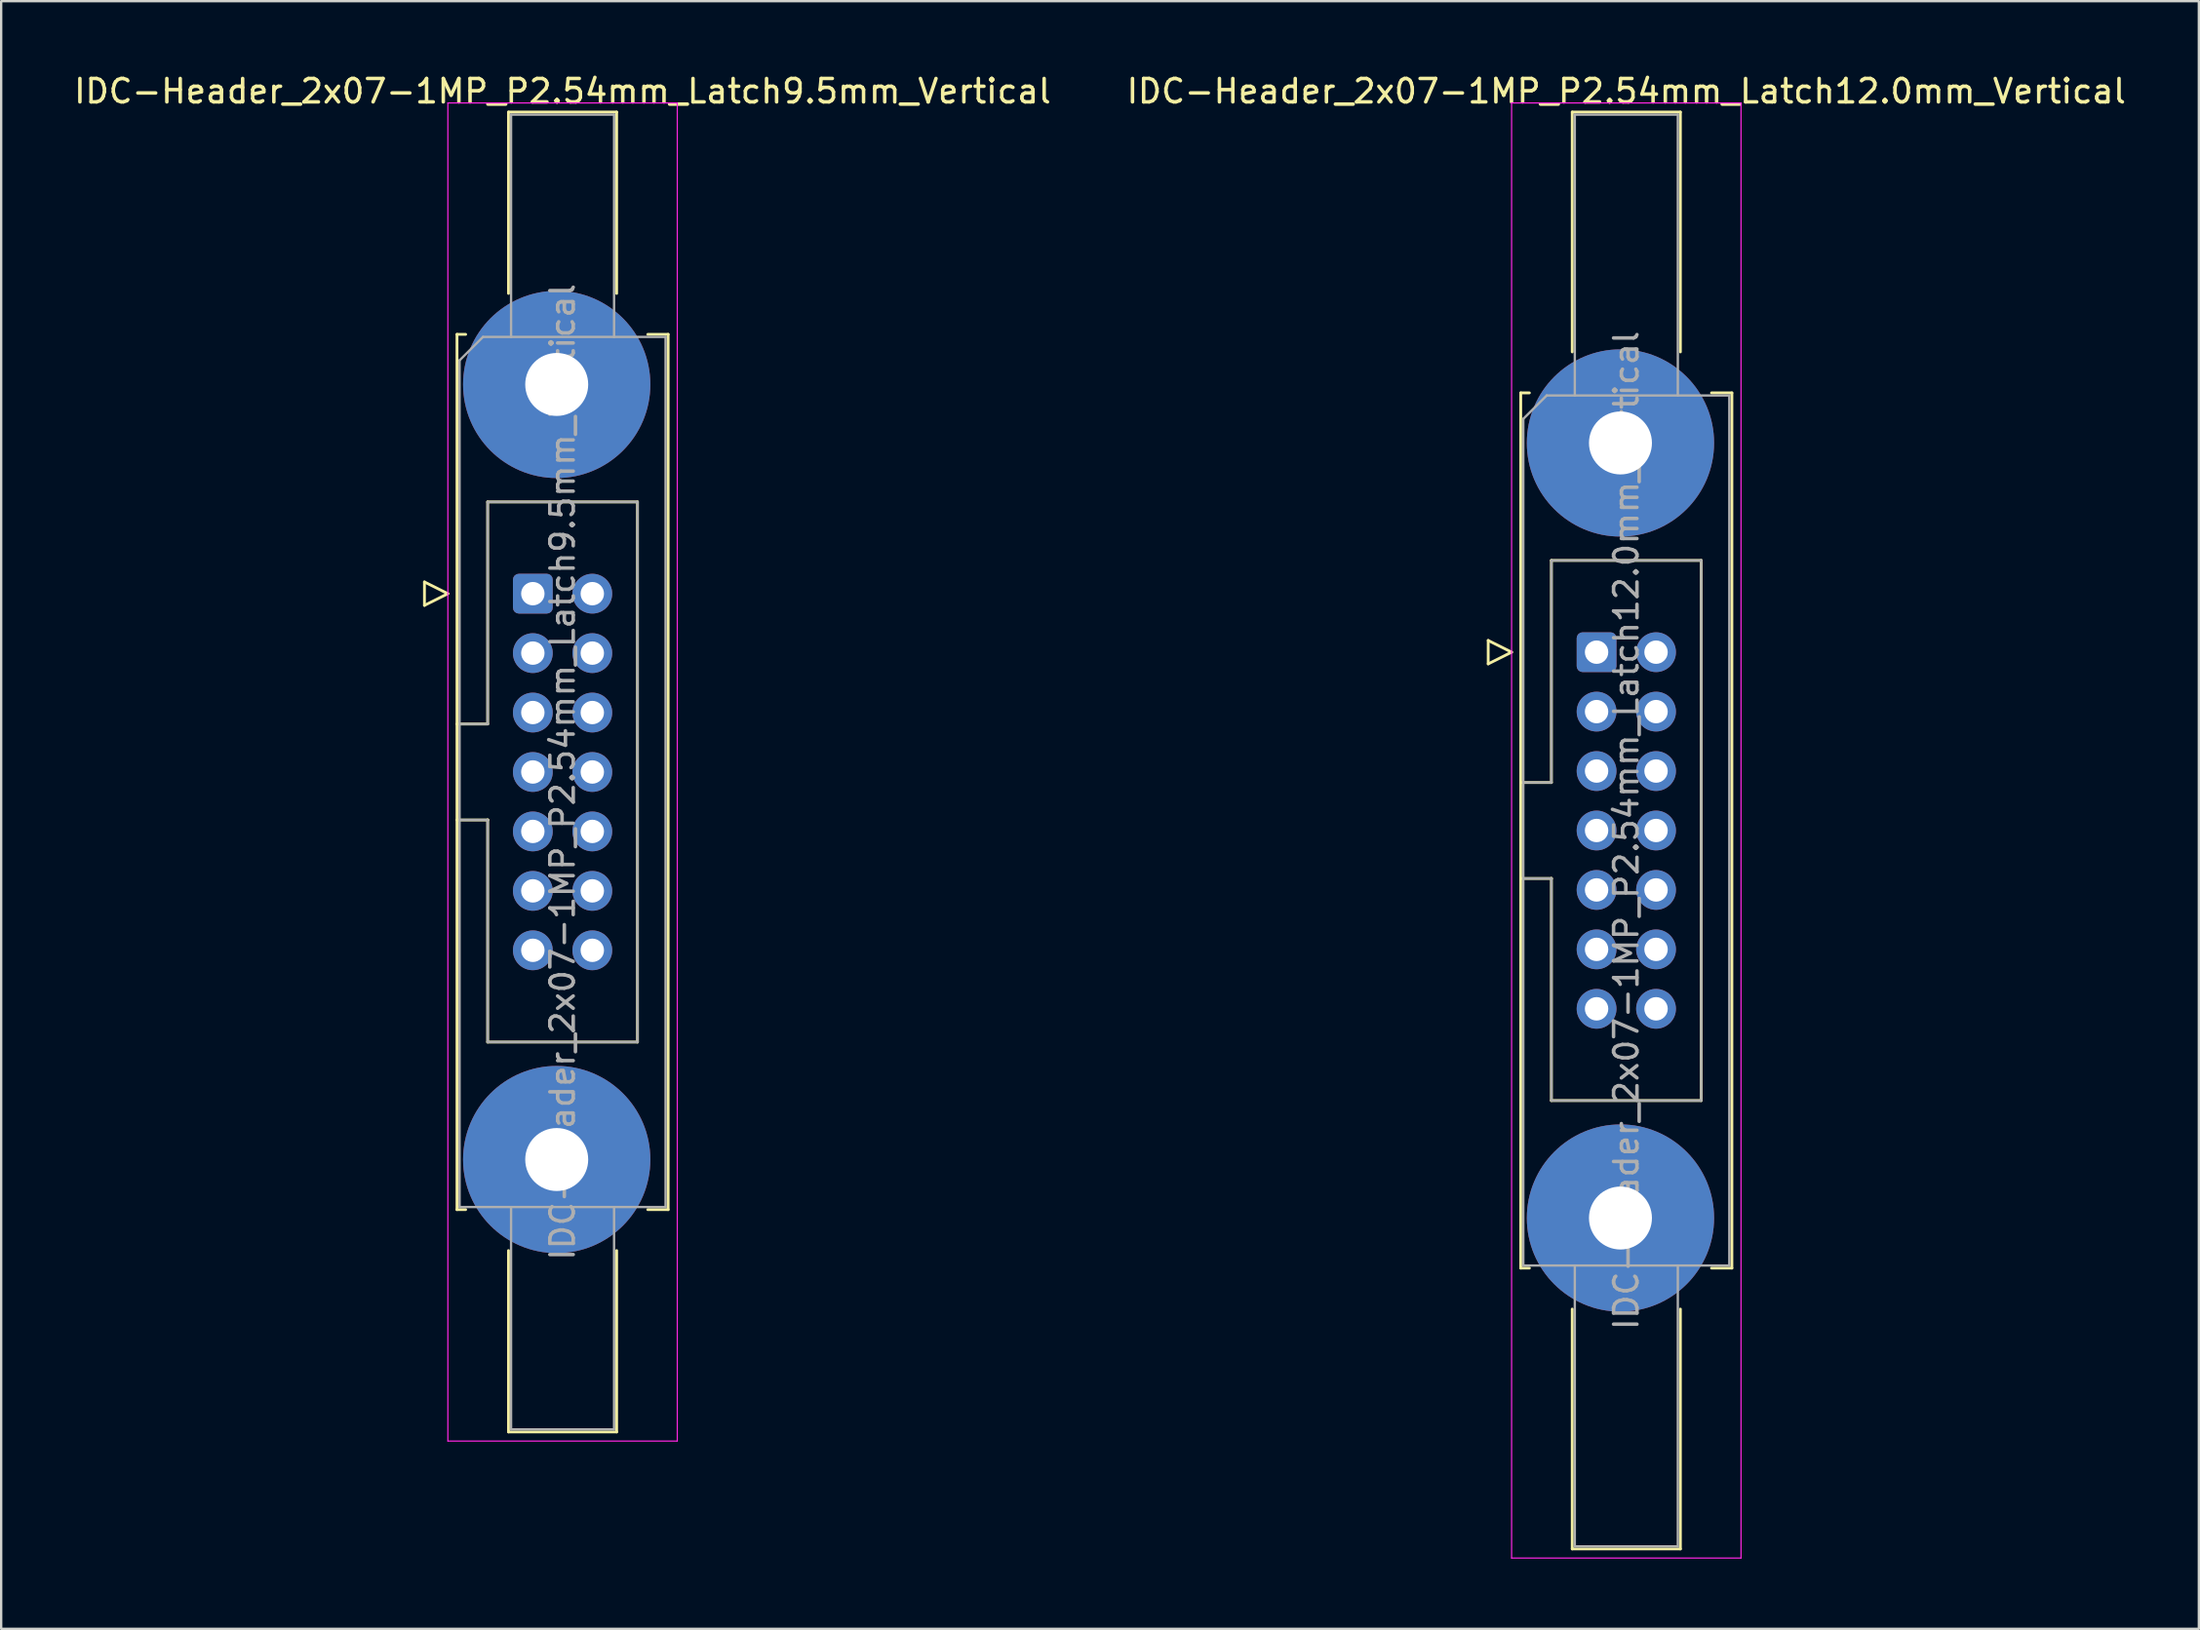
<source format=kicad_pcb>
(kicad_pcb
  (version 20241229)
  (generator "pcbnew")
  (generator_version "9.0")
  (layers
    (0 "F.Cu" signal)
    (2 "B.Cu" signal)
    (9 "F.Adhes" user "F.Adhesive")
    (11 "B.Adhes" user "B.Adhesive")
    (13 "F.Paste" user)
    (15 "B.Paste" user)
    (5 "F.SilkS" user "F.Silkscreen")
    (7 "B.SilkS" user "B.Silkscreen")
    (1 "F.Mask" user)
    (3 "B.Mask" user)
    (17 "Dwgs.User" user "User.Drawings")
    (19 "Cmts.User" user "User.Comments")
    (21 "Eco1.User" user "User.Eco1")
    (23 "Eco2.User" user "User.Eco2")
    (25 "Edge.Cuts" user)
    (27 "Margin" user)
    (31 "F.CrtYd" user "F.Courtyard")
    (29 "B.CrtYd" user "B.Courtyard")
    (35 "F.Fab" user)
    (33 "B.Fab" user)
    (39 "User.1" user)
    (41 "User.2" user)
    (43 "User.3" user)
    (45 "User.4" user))
  (footprint "IDC-Header_2x07-1MP_P2.54mm_Latch12.0mm_Vertical"
    (layer "F.Cu")
    (at 65.153 24.818)
    (property "Reference" "IDC-Header_2x07-1MP_P2.54mm_Latch12.0mm_Vertical" (at 1.27 -23.97 0) (layer "F.SilkS") (effects (font (size 1 1) (thickness 0.15))))
    (attr through_hole)
    (fp_line (start -4.63 -0.5) (end -4.63 0.5) (stroke (width 0.12) (type solid)) (layer "F.SilkS"))
    (fp_line (start -4.63 0.5) (end -3.63 0) (stroke (width 0.12) (type solid)) (layer "F.SilkS"))
    (fp_line (start -3.63 0) (end -4.63 -0.5) (stroke (width 0.12) (type solid)) (layer "F.SilkS"))
    (fp_line (start -3.24 -11.08) (end -3.24 26.32) (stroke (width 0.12) (type solid)) (layer "F.SilkS"))
    (fp_line (start -3.24 5.57) (end -1.93 5.57) (stroke (width 0.12) (type solid)) (layer "F.SilkS"))
    (fp_line (start -3.24 26.32) (end -2.87 26.32) (stroke (width 0.12) (type solid)) (layer "F.SilkS"))
    (fp_line (start -2.87 -11.08) (end -3.24 -11.08) (stroke (width 0.12) (type solid)) (layer "F.SilkS"))
    (fp_line (start -1.93 -3.92) (end 4.47 -3.92) (stroke (width 0.12) (type solid)) (layer "F.SilkS"))
    (fp_line (start -1.93 5.57) (end -1.93 -3.92) (stroke (width 0.12) (type solid)) (layer "F.SilkS"))
    (fp_line (start -1.93 9.67) (end -3.24 9.67) (stroke (width 0.12) (type solid)) (layer "F.SilkS"))
    (fp_line (start -1.93 9.67) (end -1.93 9.67) (stroke (width 0.12) (type solid)) (layer "F.SilkS"))
    (fp_line (start -1.93 19.16) (end -1.93 9.67) (stroke (width 0.12) (type solid)) (layer "F.SilkS"))
    (fp_line (start -1.04 -23.08) (end 3.58 -23.08) (stroke (width 0.12) (type solid)) (layer "F.SilkS"))
    (fp_line (start -1.04 -12.83) (end -1.04 -23.08) (stroke (width 0.12) (type solid)) (layer "F.SilkS"))
    (fp_line (start -1.04 28.07) (end -1.04 38.32) (stroke (width 0.12) (type solid)) (layer "F.SilkS"))
    (fp_line (start -1.04 38.32) (end 3.58 38.32) (stroke (width 0.12) (type solid)) (layer "F.SilkS"))
    (fp_line (start 3.58 -23.08) (end 3.58 -12.83) (stroke (width 0.12) (type solid)) (layer "F.SilkS"))
    (fp_line (start 3.58 38.32) (end 3.58 28.07) (stroke (width 0.12) (type solid)) (layer "F.SilkS"))
    (fp_line (start 4.47 -3.92) (end 4.47 19.16) (stroke (width 0.12) (type solid)) (layer "F.SilkS"))
    (fp_line (start 4.47 19.16) (end -1.93 19.16) (stroke (width 0.12) (type solid)) (layer "F.SilkS"))
    (fp_line (start 4.91 -11.08) (end 5.78 -11.08) (stroke (width 0.12) (type solid)) (layer "F.SilkS"))
    (fp_line (start 5.78 -11.08) (end 5.78 26.32) (stroke (width 0.12) (type solid)) (layer "F.SilkS"))
    (fp_line (start 5.78 26.32) (end 4.91 26.32) (stroke (width 0.12) (type solid)) (layer "F.SilkS"))
    (fp_line (start -3.63 -23.47) (end -3.63 38.71) (stroke (width 0.05) (type solid)) (layer "F.CrtYd"))
    (fp_line (start -3.63 38.71) (end 6.17 38.71) (stroke (width 0.05) (type solid)) (layer "F.CrtYd"))
    (fp_line (start 6.17 -23.47) (end -3.63 -23.47) (stroke (width 0.05) (type solid)) (layer "F.CrtYd"))
    (fp_line (start 6.17 38.71) (end 6.17 -23.47) (stroke (width 0.05) (type solid)) (layer "F.CrtYd"))
    (fp_line (start -3.13 -9.97) (end -2.13 -10.97) (stroke (width 0.1) (type solid)) (layer "F.Fab"))
    (fp_line (start -3.13 5.57) (end -1.93 5.57) (stroke (width 0.1) (type solid)) (layer "F.Fab"))
    (fp_line (start -3.13 26.21) (end -3.13 -9.97) (stroke (width 0.1) (type solid)) (layer "F.Fab"))
    (fp_line (start -2.13 -10.97) (end 5.67 -10.97) (stroke (width 0.1) (type solid)) (layer "F.Fab"))
    (fp_line (start -1.93 -3.92) (end 4.47 -3.92) (stroke (width 0.1) (type solid)) (layer "F.Fab"))
    (fp_line (start -1.93 5.57) (end -1.93 -3.92) (stroke (width 0.1) (type solid)) (layer "F.Fab"))
    (fp_line (start -1.93 9.67) (end -3.13 9.67) (stroke (width 0.1) (type solid)) (layer "F.Fab"))
    (fp_line (start -1.93 9.67) (end -1.93 9.67) (stroke (width 0.1) (type solid)) (layer "F.Fab"))
    (fp_line (start -1.93 19.16) (end -1.93 9.67) (stroke (width 0.1) (type solid)) (layer "F.Fab"))
    (fp_line (start -0.93 -22.97) (end 3.47 -22.97) (stroke (width 0.1) (type solid)) (layer "F.Fab"))
    (fp_line (start -0.93 -10.97) (end -0.93 -22.97) (stroke (width 0.1) (type solid)) (layer "F.Fab"))
    (fp_line (start -0.93 26.21) (end -0.93 38.21) (stroke (width 0.1) (type solid)) (layer "F.Fab"))
    (fp_line (start -0.93 38.21) (end 3.47 38.21) (stroke (width 0.1) (type solid)) (layer "F.Fab"))
    (fp_line (start 3.47 -22.97) (end 3.47 -10.97) (stroke (width 0.1) (type solid)) (layer "F.Fab"))
    (fp_line (start 3.47 38.21) (end 3.47 26.21) (stroke (width 0.1) (type solid)) (layer "F.Fab"))
    (fp_line (start 4.47 -3.92) (end 4.47 19.16) (stroke (width 0.1) (type solid)) (layer "F.Fab"))
    (fp_line (start 4.47 19.16) (end -1.93 19.16) (stroke (width 0.1) (type solid)) (layer "F.Fab"))
    (fp_line (start 5.67 -10.97) (end 5.67 26.21) (stroke (width 0.1) (type solid)) (layer "F.Fab"))
    (fp_line (start 5.67 26.21) (end -3.13 26.21) (stroke (width 0.1) (type solid)) (layer "F.Fab"))
    (fp_text user "${REFERENCE}" (at 1.27 7.62 90) (layer "F.Fab") (effects (font (size 1 1) (thickness 0.15))))
    (pad "1" thru_hole roundrect (at 0 0) (size 1.7 1.7) (drill 1) (layers "*.Cu" "*.Mask") (roundrect_rratio 0.147))
    (pad "2" thru_hole circle (at 2.54 0) (size 1.7 1.7) (drill 1) (layers "*.Cu" "*.Mask"))
    (pad "3" thru_hole circle (at 0 2.54) (size 1.7 1.7) (drill 1) (layers "*.Cu" "*.Mask"))
    (pad "4" thru_hole circle (at 2.54 2.54) (size 1.7 1.7) (drill 1) (layers "*.Cu" "*.Mask"))
    (pad "5" thru_hole circle (at 0 5.08) (size 1.7 1.7) (drill 1) (layers "*.Cu" "*.Mask"))
    (pad "6" thru_hole circle (at 2.54 5.08) (size 1.7 1.7) (drill 1) (layers "*.Cu" "*.Mask"))
    (pad "7" thru_hole circle (at 0 7.62) (size 1.7 1.7) (drill 1) (layers "*.Cu" "*.Mask"))
    (pad "8" thru_hole circle (at 2.54 7.62) (size 1.7 1.7) (drill 1) (layers "*.Cu" "*.Mask"))
    (pad "9" thru_hole circle (at 0 10.16) (size 1.7 1.7) (drill 1) (layers "*.Cu" "*.Mask"))
    (pad "10" thru_hole circle (at 2.54 10.16) (size 1.7 1.7) (drill 1) (layers "*.Cu" "*.Mask"))
    (pad "11" thru_hole circle (at 0 12.7) (size 1.7 1.7) (drill 1) (layers "*.Cu" "*.Mask"))
    (pad "12" thru_hole circle (at 2.54 12.7) (size 1.7 1.7) (drill 1) (layers "*.Cu" "*.Mask"))
    (pad "13" thru_hole circle (at 0 15.24) (size 1.7 1.7) (drill 1) (layers "*.Cu" "*.Mask"))
    (pad "14" thru_hole circle (at 2.54 15.24) (size 1.7 1.7) (drill 1) (layers "*.Cu" "*.Mask"))
    (pad "MP" thru_hole circle (at 1.02 -8.94) (size 8 8) (drill 2.69) (layers "*.Cu" "*.Mask"))
    (pad "MP" thru_hole circle (at 1.02 24.18) (size 8 8) (drill 2.69) (layers "*.Cu" "*.Mask")))
  (footprint "IDC-Header_2x07-1MP_P2.54mm_Latch9.5mm_Vertical"
    (layer "F.Cu")
    (at 19.712 22.318)
    (property "Reference" "IDC-Header_2x07-1MP_P2.54mm_Latch9.5mm_Vertical" (at 1.27 -21.47 0) (layer "F.SilkS") (effects (font (size 1 1) (thickness 0.15))))
    (attr through_hole)
    (fp_line (start -4.63 -0.5) (end -4.63 0.5) (stroke (width 0.12) (type solid)) (layer "F.SilkS"))
    (fp_line (start -4.63 0.5) (end -3.63 0) (stroke (width 0.12) (type solid)) (layer "F.SilkS"))
    (fp_line (start -3.63 0) (end -4.63 -0.5) (stroke (width 0.12) (type solid)) (layer "F.SilkS"))
    (fp_line (start -3.24 -11.08) (end -3.24 26.32) (stroke (width 0.12) (type solid)) (layer "F.SilkS"))
    (fp_line (start -3.24 5.57) (end -1.93 5.57) (stroke (width 0.12) (type solid)) (layer "F.SilkS"))
    (fp_line (start -3.24 26.32) (end -2.87 26.32) (stroke (width 0.12) (type solid)) (layer "F.SilkS"))
    (fp_line (start -2.87 -11.08) (end -3.24 -11.08) (stroke (width 0.12) (type solid)) (layer "F.SilkS"))
    (fp_line (start -1.93 -3.92) (end 4.47 -3.92) (stroke (width 0.12) (type solid)) (layer "F.SilkS"))
    (fp_line (start -1.93 5.57) (end -1.93 -3.92) (stroke (width 0.12) (type solid)) (layer "F.SilkS"))
    (fp_line (start -1.93 9.67) (end -3.24 9.67) (stroke (width 0.12) (type solid)) (layer "F.SilkS"))
    (fp_line (start -1.93 9.67) (end -1.93 9.67) (stroke (width 0.12) (type solid)) (layer "F.SilkS"))
    (fp_line (start -1.93 19.16) (end -1.93 9.67) (stroke (width 0.12) (type solid)) (layer "F.SilkS"))
    (fp_line (start -1.04 -20.58) (end 3.58 -20.58) (stroke (width 0.12) (type solid)) (layer "F.SilkS"))
    (fp_line (start -1.04 -12.83) (end -1.04 -20.58) (stroke (width 0.12) (type solid)) (layer "F.SilkS"))
    (fp_line (start -1.04 28.07) (end -1.04 35.82) (stroke (width 0.12) (type solid)) (layer "F.SilkS"))
    (fp_line (start -1.04 35.82) (end 3.58 35.82) (stroke (width 0.12) (type solid)) (layer "F.SilkS"))
    (fp_line (start 3.58 -20.58) (end 3.58 -12.83) (stroke (width 0.12) (type solid)) (layer "F.SilkS"))
    (fp_line (start 3.58 35.82) (end 3.58 28.07) (stroke (width 0.12) (type solid)) (layer "F.SilkS"))
    (fp_line (start 4.47 -3.92) (end 4.47 19.16) (stroke (width 0.12) (type solid)) (layer "F.SilkS"))
    (fp_line (start 4.47 19.16) (end -1.93 19.16) (stroke (width 0.12) (type solid)) (layer "F.SilkS"))
    (fp_line (start 4.91 -11.08) (end 5.78 -11.08) (stroke (width 0.12) (type solid)) (layer "F.SilkS"))
    (fp_line (start 5.78 -11.08) (end 5.78 26.32) (stroke (width 0.12) (type solid)) (layer "F.SilkS"))
    (fp_line (start 5.78 26.32) (end 4.91 26.32) (stroke (width 0.12) (type solid)) (layer "F.SilkS"))
    (fp_line (start -3.63 -20.97) (end -3.63 36.21) (stroke (width 0.05) (type solid)) (layer "F.CrtYd"))
    (fp_line (start -3.63 36.21) (end 6.17 36.21) (stroke (width 0.05) (type solid)) (layer "F.CrtYd"))
    (fp_line (start 6.17 -20.97) (end -3.63 -20.97) (stroke (width 0.05) (type solid)) (layer "F.CrtYd"))
    (fp_line (start 6.17 36.21) (end 6.17 -20.97) (stroke (width 0.05) (type solid)) (layer "F.CrtYd"))
    (fp_line (start -3.13 -9.97) (end -2.13 -10.97) (stroke (width 0.1) (type solid)) (layer "F.Fab"))
    (fp_line (start -3.13 5.57) (end -1.93 5.57) (stroke (width 0.1) (type solid)) (layer "F.Fab"))
    (fp_line (start -3.13 26.21) (end -3.13 -9.97) (stroke (width 0.1) (type solid)) (layer "F.Fab"))
    (fp_line (start -2.13 -10.97) (end 5.67 -10.97) (stroke (width 0.1) (type solid)) (layer "F.Fab"))
    (fp_line (start -1.93 -3.92) (end 4.47 -3.92) (stroke (width 0.1) (type solid)) (layer "F.Fab"))
    (fp_line (start -1.93 5.57) (end -1.93 -3.92) (stroke (width 0.1) (type solid)) (layer "F.Fab"))
    (fp_line (start -1.93 9.67) (end -3.13 9.67) (stroke (width 0.1) (type solid)) (layer "F.Fab"))
    (fp_line (start -1.93 9.67) (end -1.93 9.67) (stroke (width 0.1) (type solid)) (layer "F.Fab"))
    (fp_line (start -1.93 19.16) (end -1.93 9.67) (stroke (width 0.1) (type solid)) (layer "F.Fab"))
    (fp_line (start -0.93 -20.47) (end 3.47 -20.47) (stroke (width 0.1) (type solid)) (layer "F.Fab"))
    (fp_line (start -0.93 -10.97) (end -0.93 -20.47) (stroke (width 0.1) (type solid)) (layer "F.Fab"))
    (fp_line (start -0.93 26.21) (end -0.93 35.71) (stroke (width 0.1) (type solid)) (layer "F.Fab"))
    (fp_line (start -0.93 35.71) (end 3.47 35.71) (stroke (width 0.1) (type solid)) (layer "F.Fab"))
    (fp_line (start 3.47 -20.47) (end 3.47 -10.97) (stroke (width 0.1) (type solid)) (layer "F.Fab"))
    (fp_line (start 3.47 35.71) (end 3.47 26.21) (stroke (width 0.1) (type solid)) (layer "F.Fab"))
    (fp_line (start 4.47 -3.92) (end 4.47 19.16) (stroke (width 0.1) (type solid)) (layer "F.Fab"))
    (fp_line (start 4.47 19.16) (end -1.93 19.16) (stroke (width 0.1) (type solid)) (layer "F.Fab"))
    (fp_line (start 5.67 -10.97) (end 5.67 26.21) (stroke (width 0.1) (type solid)) (layer "F.Fab"))
    (fp_line (start 5.67 26.21) (end -3.13 26.21) (stroke (width 0.1) (type solid)) (layer "F.Fab"))
    (fp_text user "${REFERENCE}" (at 1.27 7.62 90) (layer "F.Fab") (effects (font (size 1 1) (thickness 0.15))))
    (pad "1" thru_hole roundrect (at 0 0) (size 1.7 1.7) (drill 1) (layers "*.Cu" "*.Mask") (roundrect_rratio 0.147))
    (pad "2" thru_hole circle (at 2.54 0) (size 1.7 1.7) (drill 1) (layers "*.Cu" "*.Mask"))
    (pad "3" thru_hole circle (at 0 2.54) (size 1.7 1.7) (drill 1) (layers "*.Cu" "*.Mask"))
    (pad "4" thru_hole circle (at 2.54 2.54) (size 1.7 1.7) (drill 1) (layers "*.Cu" "*.Mask"))
    (pad "5" thru_hole circle (at 0 5.08) (size 1.7 1.7) (drill 1) (layers "*.Cu" "*.Mask"))
    (pad "6" thru_hole circle (at 2.54 5.08) (size 1.7 1.7) (drill 1) (layers "*.Cu" "*.Mask"))
    (pad "7" thru_hole circle (at 0 7.62) (size 1.7 1.7) (drill 1) (layers "*.Cu" "*.Mask"))
    (pad "8" thru_hole circle (at 2.54 7.62) (size 1.7 1.7) (drill 1) (layers "*.Cu" "*.Mask"))
    (pad "9" thru_hole circle (at 0 10.16) (size 1.7 1.7) (drill 1) (layers "*.Cu" "*.Mask"))
    (pad "10" thru_hole circle (at 2.54 10.16) (size 1.7 1.7) (drill 1) (layers "*.Cu" "*.Mask"))
    (pad "11" thru_hole circle (at 0 12.7) (size 1.7 1.7) (drill 1) (layers "*.Cu" "*.Mask"))
    (pad "12" thru_hole circle (at 2.54 12.7) (size 1.7 1.7) (drill 1) (layers "*.Cu" "*.Mask"))
    (pad "13" thru_hole circle (at 0 15.24) (size 1.7 1.7) (drill 1) (layers "*.Cu" "*.Mask"))
    (pad "14" thru_hole circle (at 2.54 15.24) (size 1.7 1.7) (drill 1) (layers "*.Cu" "*.Mask"))
    (pad "MP" thru_hole circle (at 1.02 -8.94) (size 8 8) (drill 2.69) (layers "*.Cu" "*.Mask"))
    (pad "MP" thru_hole circle (at 1.02 24.18) (size 8 8) (drill 2.69) (layers "*.Cu" "*.Mask")))
  (gr_rect
    (start -3 -3)
    (end 90.881 66.553)
    (stroke (width 0.1) (type default))
    (fill no)
    (layer "Edge.Cuts")))
</source>
